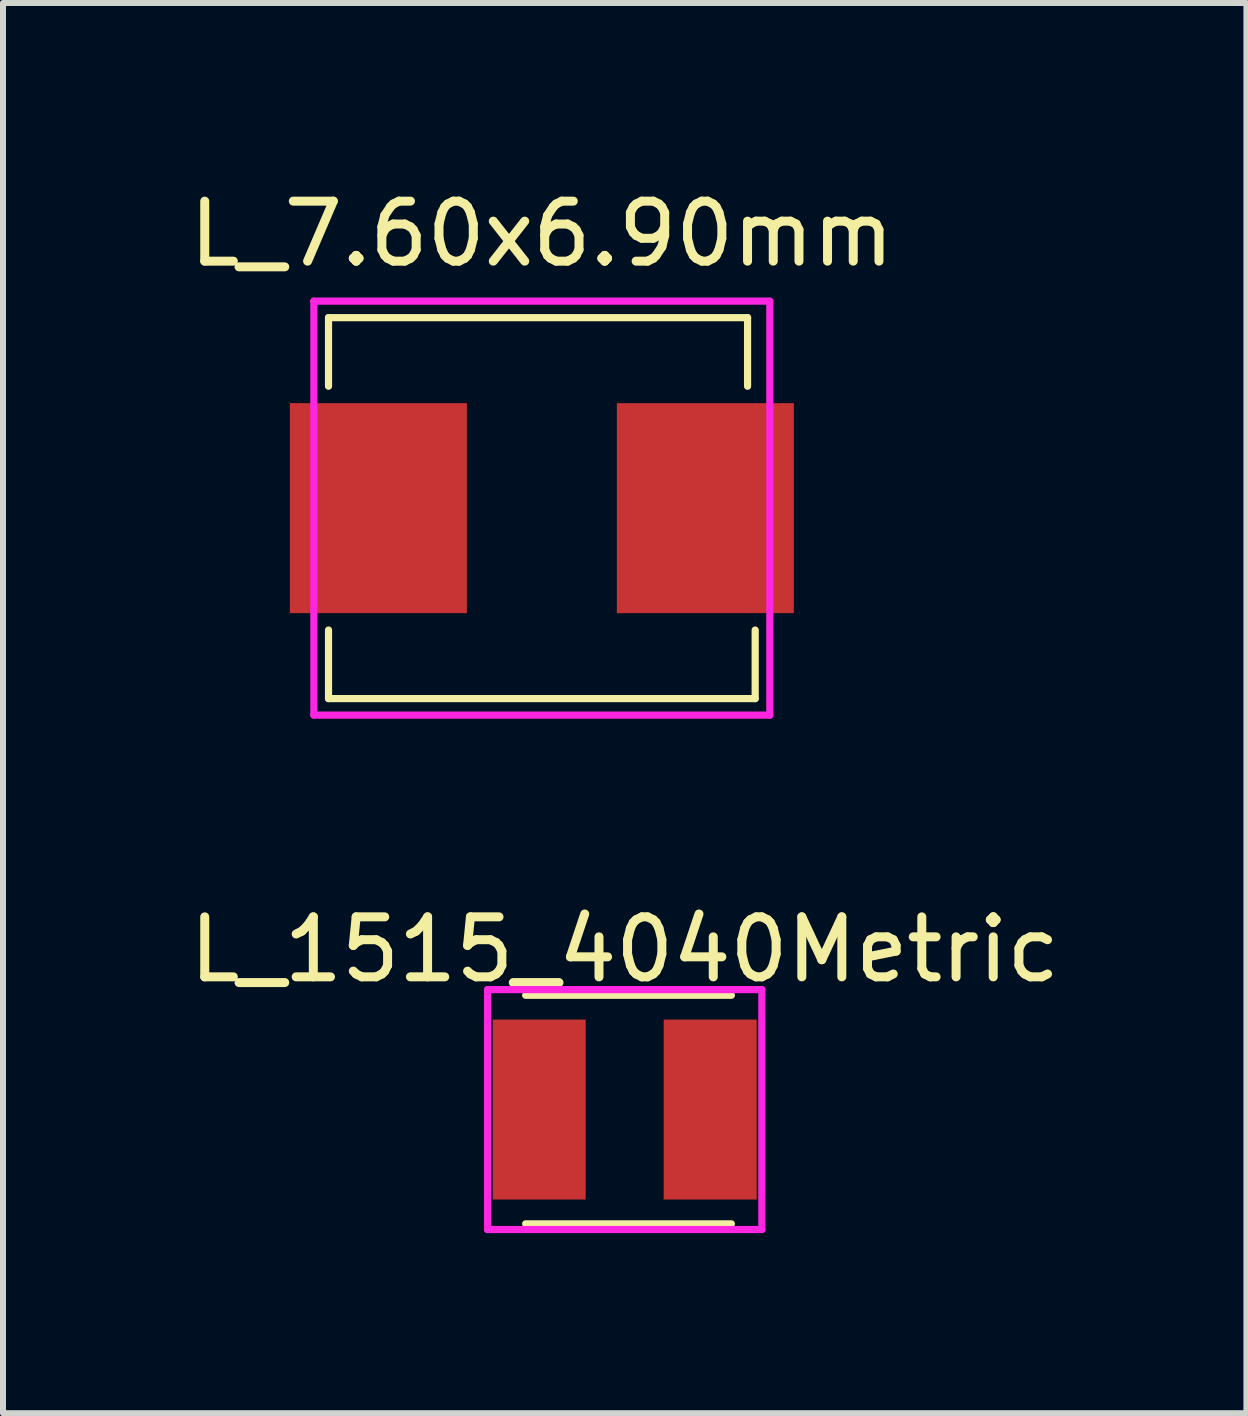
<source format=kicad_pcb>
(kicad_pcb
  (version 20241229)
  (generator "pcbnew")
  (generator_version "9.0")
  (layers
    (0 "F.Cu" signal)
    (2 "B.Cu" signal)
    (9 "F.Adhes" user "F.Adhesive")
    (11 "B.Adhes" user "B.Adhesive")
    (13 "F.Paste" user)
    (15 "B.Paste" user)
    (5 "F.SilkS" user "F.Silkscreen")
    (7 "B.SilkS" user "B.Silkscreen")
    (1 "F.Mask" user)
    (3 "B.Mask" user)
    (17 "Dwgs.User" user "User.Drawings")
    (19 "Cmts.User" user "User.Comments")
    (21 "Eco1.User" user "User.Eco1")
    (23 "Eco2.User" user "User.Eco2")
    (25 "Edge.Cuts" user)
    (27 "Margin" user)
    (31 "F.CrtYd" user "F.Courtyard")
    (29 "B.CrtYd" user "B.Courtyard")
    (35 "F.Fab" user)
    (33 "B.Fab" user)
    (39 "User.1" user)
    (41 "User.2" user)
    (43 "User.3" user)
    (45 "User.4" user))
  (footprint "L_1515_4040Metric"
    (layer "F.Cu")
    (at 7.363 15.445)
    (property "Reference" "L_1515_4040Metric" (at 0 -2.667 0) (layer "F.SilkS") (effects (font (size 1 1) (thickness 0.15))))
    (attr through_hole)
    (fp_line (start -1.651 -1.905) (end 1.778 -1.905) (stroke (width 0.12) (type solid)) (layer "F.SilkS"))
    (fp_line (start -1.651 1.905) (end 1.778 1.905) (stroke (width 0.12) (type solid)) (layer "F.SilkS"))
    (fp_line (start -2.286 -2) (end 2.286 -2) (stroke (width 0.12) (type solid)) (layer "F.CrtYd"))
    (fp_line (start -2.286 2) (end -2.286 -2) (stroke (width 0.12) (type solid)) (layer "F.CrtYd"))
    (fp_line (start -2.286 2) (end 2.286 2) (stroke (width 0.12) (type solid)) (layer "F.CrtYd"))
    (fp_line (start 2.286 2) (end 2.286 -2) (stroke (width 0.12) (type solid)) (layer "F.CrtYd"))
    (pad "1" smd rect (at -1.425 0) (size 1.55 3) (layers "F.Cu" "F.Mask" "F.Paste"))
    (pad "2" smd rect (at 1.425 0) (size 1.55 3) (layers "F.Cu" "F.Mask" "F.Paste")))
  (footprint "L_7.60x6.90mm"
    (layer "F.Cu")
    (at 5.982 5.42)
    (property "Reference" "L_7.60x6.90mm" (at 0 -4.572 0) (layer "F.SilkS") (effects (font (size 1 1) (thickness 0.15))))
    (attr through_hole)
    (fp_line (start -3.556 -3.175) (end 3.429 -3.175) (stroke (width 0.12) (type solid)) (layer "F.SilkS"))
    (fp_line (start -3.556 -2.032) (end -3.556 -3.175) (stroke (width 0.12) (type solid)) (layer "F.SilkS"))
    (fp_line (start -3.556 2.032) (end -3.556 3.175) (stroke (width 0.12) (type solid)) (layer "F.SilkS"))
    (fp_line (start -3.556 3.175) (end 3.556 3.175) (stroke (width 0.12) (type solid)) (layer "F.SilkS"))
    (fp_line (start 3.429 -3.175) (end 3.429 -2.032) (stroke (width 0.12) (type solid)) (layer "F.SilkS"))
    (fp_line (start 3.556 3.175) (end 3.556 2.032) (stroke (width 0.12) (type solid)) (layer "F.SilkS"))
    (fp_line (start -3.8 -3.45) (end -3.8 3.45) (stroke (width 0.12) (type solid)) (layer "F.CrtYd"))
    (fp_line (start -3.8 -3.45) (end 3.8 -3.45) (stroke (width 0.12) (type solid)) (layer "F.CrtYd"))
    (fp_line (start -3.8 3.45) (end 3.8 3.45) (stroke (width 0.12) (type solid)) (layer "F.CrtYd"))
    (fp_line (start 3.8 -3.45) (end 3.8 3.45) (stroke (width 0.12) (type solid)) (layer "F.CrtYd"))
    (pad "1" smd rect (at -2.725 0) (size 2.95 3.5) (layers "F.Cu" "F.Mask" "F.Paste"))
    (pad "2" smd rect (at 2.725 0) (size 2.95 3.5) (layers "F.Cu" "F.Mask" "F.Paste")))
  (gr_rect
    (start -3 -3)
    (end 17.726 20.506)
    (stroke (width 0.1) (type default))
    (fill no)
    (layer "Edge.Cuts")))
</source>
